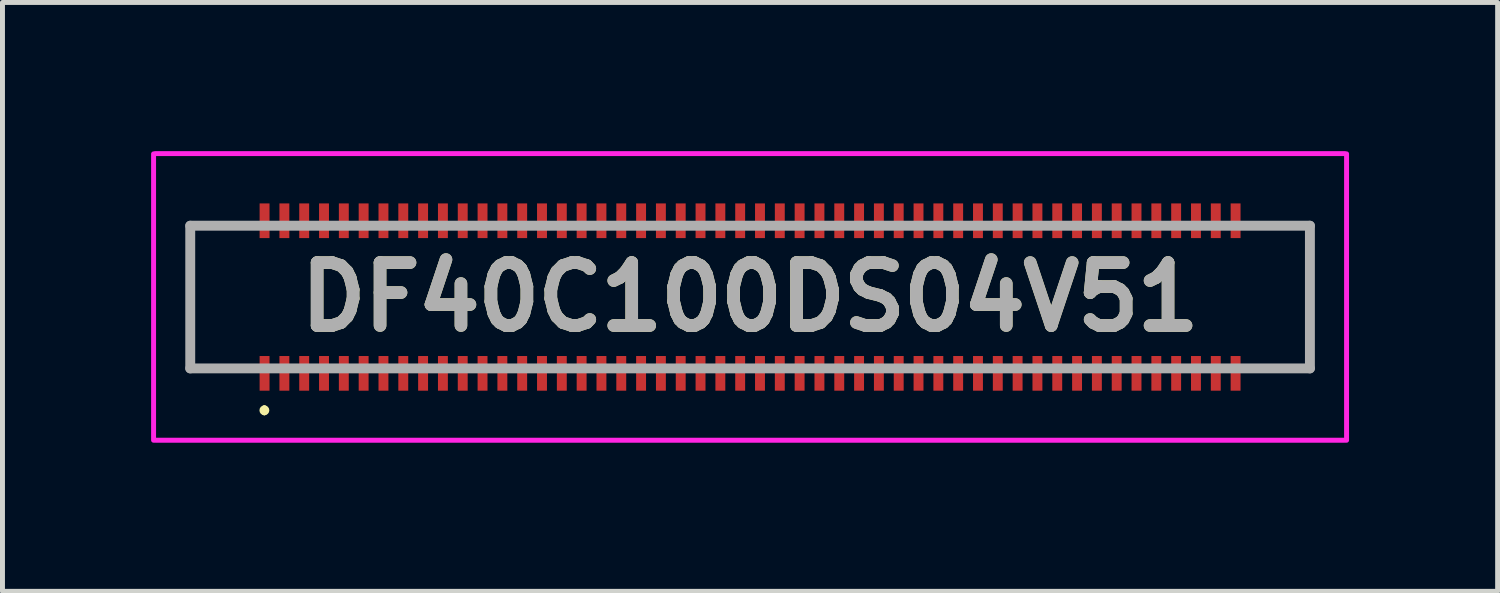
<source format=kicad_pcb>
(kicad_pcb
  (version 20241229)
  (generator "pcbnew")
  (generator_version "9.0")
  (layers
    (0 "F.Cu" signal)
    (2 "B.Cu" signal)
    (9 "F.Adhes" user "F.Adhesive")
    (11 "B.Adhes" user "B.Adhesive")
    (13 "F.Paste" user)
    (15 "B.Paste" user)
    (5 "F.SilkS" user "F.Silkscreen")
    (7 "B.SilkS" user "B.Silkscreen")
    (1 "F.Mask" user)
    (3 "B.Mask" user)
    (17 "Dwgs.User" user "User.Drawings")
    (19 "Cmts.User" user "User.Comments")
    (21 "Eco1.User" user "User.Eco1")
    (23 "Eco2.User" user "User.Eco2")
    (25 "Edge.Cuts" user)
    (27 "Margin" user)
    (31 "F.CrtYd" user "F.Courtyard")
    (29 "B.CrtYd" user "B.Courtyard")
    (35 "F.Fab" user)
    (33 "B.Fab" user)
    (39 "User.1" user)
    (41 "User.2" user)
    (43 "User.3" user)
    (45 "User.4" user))
  (footprint "DF40C100DS04V51"
    (layer "F.Cu")
    (at 12.09 2.946)
    (property "Reference" "DF40C100DS04V51" (at 0 0 0) (layer "F.SilkS") (effects (font (size 1.27 1.27) (thickness 0.254))))
    (attr smd)
    (fp_line (start -11.3 -1.44) (end -11.3 1.44) (stroke (width 0.1) (type solid)) (layer "F.SilkS"))
    (fp_line (start -11.3 1.44) (end -10.5 1.44) (stroke (width 0.1) (type solid)) (layer "F.SilkS"))
    (fp_line (start -10.5 -1.44) (end -11.3 -1.44) (stroke (width 0.1) (type solid)) (layer "F.SilkS"))
    (fp_line (start -9.804 2.236) (end -9.804 2.236) (stroke (width 0.1) (type solid)) (layer "F.SilkS"))
    (fp_line (start -9.804 2.336) (end -9.804 2.336) (stroke (width 0.1) (type solid)) (layer "F.SilkS"))
    (fp_line (start 10.5 -1.44) (end 11.3 -1.44) (stroke (width 0.1) (type solid)) (layer "F.SilkS"))
    (fp_line (start 11.3 -1.44) (end 11.3 1.44) (stroke (width 0.1) (type solid)) (layer "F.SilkS"))
    (fp_line (start 11.3 1.44) (end 10.5 1.44) (stroke (width 0.1) (type solid)) (layer "F.SilkS"))
    (fp_arc (start -9.8036 2.236) (mid -9.7536 2.286) (end -9.8036 2.336) (stroke (width 0.1) (type solid)) (layer "F.SilkS"))
    (fp_arc (start -9.8036 2.336) (mid -9.8536 2.286) (end -9.8036 2.236) (stroke (width 0.1) (type solid)) (layer "F.SilkS"))
    (fp_line (start -12.04 2.89) (end -12.04 -2.89) (stroke (width 0.1) (type solid)) (layer "F.CrtYd"))
    (fp_line (start -12 -2.896) (end 12 -2.896) (stroke (width 0.1) (type solid)) (layer "F.CrtYd"))
    (fp_line (start 12 2.89) (end -12 2.89) (stroke (width 0.1) (type solid)) (layer "F.CrtYd"))
    (fp_line (start 12.04 -2.89) (end 12.04 2.89) (stroke (width 0.1) (type solid)) (layer "F.CrtYd"))
    (fp_line (start -11.3 -1.44) (end 11.3 -1.44) (stroke (width 0.2) (type solid)) (layer "F.Fab"))
    (fp_line (start -11.3 1.44) (end -11.3 -1.44) (stroke (width 0.2) (type solid)) (layer "F.Fab"))
    (fp_line (start 11.3 -1.44) (end 11.3 1.44) (stroke (width 0.2) (type solid)) (layer "F.Fab"))
    (fp_line (start 11.3 1.44) (end -11.3 1.44) (stroke (width 0.2) (type solid)) (layer "F.Fab"))
    (fp_text user "${REFERENCE}" (at 0 0 0) (layer "F.Fab") (effects (font (size 1.27 1.27) (thickness 0.254))))
    (pad "1" smd rect (at -9.8 1.54) (size 0.2 0.7) (layers "F.Cu" "F.Mask" "F.Paste"))
    (pad "2" smd rect (at -9.8 -1.54) (size 0.2 0.7) (layers "F.Cu" "F.Mask" "F.Paste"))
    (pad "3" smd rect (at -9.4 1.54) (size 0.2 0.7) (layers "F.Cu" "F.Mask" "F.Paste"))
    (pad "4" smd rect (at -9.4 -1.54) (size 0.2 0.7) (layers "F.Cu" "F.Mask" "F.Paste"))
    (pad "5" smd rect (at -9 1.54) (size 0.2 0.7) (layers "F.Cu" "F.Mask" "F.Paste"))
    (pad "6" smd rect (at -9 -1.54) (size 0.2 0.7) (layers "F.Cu" "F.Mask" "F.Paste"))
    (pad "7" smd rect (at -8.6 1.54) (size 0.2 0.7) (layers "F.Cu" "F.Mask" "F.Paste"))
    (pad "8" smd rect (at -8.6 -1.54) (size 0.2 0.7) (layers "F.Cu" "F.Mask" "F.Paste"))
    (pad "9" smd rect (at -8.2 1.54) (size 0.2 0.7) (layers "F.Cu" "F.Mask" "F.Paste"))
    (pad "10" smd rect (at -8.2 -1.54) (size 0.2 0.7) (layers "F.Cu" "F.Mask" "F.Paste"))
    (pad "11" smd rect (at -7.8 1.54) (size 0.2 0.7) (layers "F.Cu" "F.Mask" "F.Paste"))
    (pad "12" smd rect (at -7.8 -1.54) (size 0.2 0.7) (layers "F.Cu" "F.Mask" "F.Paste"))
    (pad "13" smd rect (at -7.4 1.54) (size 0.2 0.7) (layers "F.Cu" "F.Mask" "F.Paste"))
    (pad "14" smd rect (at -7.4 -1.54) (size 0.2 0.7) (layers "F.Cu" "F.Mask" "F.Paste"))
    (pad "15" smd rect (at -7 1.54) (size 0.2 0.7) (layers "F.Cu" "F.Mask" "F.Paste"))
    (pad "16" smd rect (at -7 -1.54) (size 0.2 0.7) (layers "F.Cu" "F.Mask" "F.Paste"))
    (pad "17" smd rect (at -6.6 1.54) (size 0.2 0.7) (layers "F.Cu" "F.Mask" "F.Paste"))
    (pad "18" smd rect (at -6.6 -1.54) (size 0.2 0.7) (layers "F.Cu" "F.Mask" "F.Paste"))
    (pad "19" smd rect (at -6.2 1.54) (size 0.2 0.7) (layers "F.Cu" "F.Mask" "F.Paste"))
    (pad "20" smd rect (at -6.2 -1.54) (size 0.2 0.7) (layers "F.Cu" "F.Mask" "F.Paste"))
    (pad "21" smd rect (at -5.8 1.54) (size 0.2 0.7) (layers "F.Cu" "F.Mask" "F.Paste"))
    (pad "22" smd rect (at -5.8 -1.54) (size 0.2 0.7) (layers "F.Cu" "F.Mask" "F.Paste"))
    (pad "23" smd rect (at -5.4 1.54) (size 0.2 0.7) (layers "F.Cu" "F.Mask" "F.Paste"))
    (pad "24" smd rect (at -5.4 -1.54) (size 0.2 0.7) (layers "F.Cu" "F.Mask" "F.Paste"))
    (pad "25" smd rect (at -5 1.54) (size 0.2 0.7) (layers "F.Cu" "F.Mask" "F.Paste"))
    (pad "26" smd rect (at -5 -1.54) (size 0.2 0.7) (layers "F.Cu" "F.Mask" "F.Paste"))
    (pad "27" smd rect (at -4.6 1.54) (size 0.2 0.7) (layers "F.Cu" "F.Mask" "F.Paste"))
    (pad "28" smd rect (at -4.6 -1.54) (size 0.2 0.7) (layers "F.Cu" "F.Mask" "F.Paste"))
    (pad "29" smd rect (at -4.2 1.54) (size 0.2 0.7) (layers "F.Cu" "F.Mask" "F.Paste"))
    (pad "30" smd rect (at -4.2 -1.54) (size 0.2 0.7) (layers "F.Cu" "F.Mask" "F.Paste"))
    (pad "31" smd rect (at -3.8 1.54) (size 0.2 0.7) (layers "F.Cu" "F.Mask" "F.Paste"))
    (pad "32" smd rect (at -3.8 -1.54) (size 0.2 0.7) (layers "F.Cu" "F.Mask" "F.Paste"))
    (pad "33" smd rect (at -3.4 1.54) (size 0.2 0.7) (layers "F.Cu" "F.Mask" "F.Paste"))
    (pad "34" smd rect (at -3.4 -1.54) (size 0.2 0.7) (layers "F.Cu" "F.Mask" "F.Paste"))
    (pad "35" smd rect (at -3 1.54) (size 0.2 0.7) (layers "F.Cu" "F.Mask" "F.Paste"))
    (pad "36" smd rect (at -3 -1.54) (size 0.2 0.7) (layers "F.Cu" "F.Mask" "F.Paste"))
    (pad "37" smd rect (at -2.6 1.54) (size 0.2 0.7) (layers "F.Cu" "F.Mask" "F.Paste"))
    (pad "38" smd rect (at -2.6 -1.54) (size 0.2 0.7) (layers "F.Cu" "F.Mask" "F.Paste"))
    (pad "39" smd rect (at -2.2 1.54) (size 0.2 0.7) (layers "F.Cu" "F.Mask" "F.Paste"))
    (pad "40" smd rect (at -2.2 -1.54) (size 0.2 0.7) (layers "F.Cu" "F.Mask" "F.Paste"))
    (pad "41" smd rect (at -1.8 1.54) (size 0.2 0.7) (layers "F.Cu" "F.Mask" "F.Paste"))
    (pad "42" smd rect (at -1.8 -1.54) (size 0.2 0.7) (layers "F.Cu" "F.Mask" "F.Paste"))
    (pad "43" smd rect (at -1.4 1.54) (size 0.2 0.7) (layers "F.Cu" "F.Mask" "F.Paste"))
    (pad "44" smd rect (at -1.4 -1.54) (size 0.2 0.7) (layers "F.Cu" "F.Mask" "F.Paste"))
    (pad "45" smd rect (at -1 1.54) (size 0.2 0.7) (layers "F.Cu" "F.Mask" "F.Paste"))
    (pad "46" smd rect (at -1 -1.54) (size 0.2 0.7) (layers "F.Cu" "F.Mask" "F.Paste"))
    (pad "47" smd rect (at -0.6 1.54) (size 0.2 0.7) (layers "F.Cu" "F.Mask" "F.Paste"))
    (pad "48" smd rect (at -0.6 -1.54) (size 0.2 0.7) (layers "F.Cu" "F.Mask" "F.Paste"))
    (pad "49" smd rect (at -0.2 1.54) (size 0.2 0.7) (layers "F.Cu" "F.Mask" "F.Paste"))
    (pad "50" smd rect (at -0.2 -1.54) (size 0.2 0.7) (layers "F.Cu" "F.Mask" "F.Paste"))
    (pad "51" smd rect (at 0.2 1.54) (size 0.2 0.7) (layers "F.Cu" "F.Mask" "F.Paste"))
    (pad "52" smd rect (at 0.2 -1.54) (size 0.2 0.7) (layers "F.Cu" "F.Mask" "F.Paste"))
    (pad "53" smd rect (at 0.6 1.54) (size 0.2 0.7) (layers "F.Cu" "F.Mask" "F.Paste"))
    (pad "54" smd rect (at 0.6 -1.54) (size 0.2 0.7) (layers "F.Cu" "F.Mask" "F.Paste"))
    (pad "55" smd rect (at 1 1.54) (size 0.2 0.7) (layers "F.Cu" "F.Mask" "F.Paste"))
    (pad "56" smd rect (at 1 -1.54) (size 0.2 0.7) (layers "F.Cu" "F.Mask" "F.Paste"))
    (pad "57" smd rect (at 1.4 1.54) (size 0.2 0.7) (layers "F.Cu" "F.Mask" "F.Paste"))
    (pad "58" smd rect (at 1.4 -1.54) (size 0.2 0.7) (layers "F.Cu" "F.Mask" "F.Paste"))
    (pad "59" smd rect (at 1.8 1.54) (size 0.2 0.7) (layers "F.Cu" "F.Mask" "F.Paste"))
    (pad "60" smd rect (at 1.8 -1.54) (size 0.2 0.7) (layers "F.Cu" "F.Mask" "F.Paste"))
    (pad "61" smd rect (at 2.2 1.54) (size 0.2 0.7) (layers "F.Cu" "F.Mask" "F.Paste"))
    (pad "62" smd rect (at 2.2 -1.54) (size 0.2 0.7) (layers "F.Cu" "F.Mask" "F.Paste"))
    (pad "63" smd rect (at 2.6 1.54) (size 0.2 0.7) (layers "F.Cu" "F.Mask" "F.Paste"))
    (pad "64" smd rect (at 2.6 -1.54) (size 0.2 0.7) (layers "F.Cu" "F.Mask" "F.Paste"))
    (pad "65" smd rect (at 3 1.54) (size 0.2 0.7) (layers "F.Cu" "F.Mask" "F.Paste"))
    (pad "66" smd rect (at 3 -1.54) (size 0.2 0.7) (layers "F.Cu" "F.Mask" "F.Paste"))
    (pad "67" smd rect (at 3.4 1.54) (size 0.2 0.7) (layers "F.Cu" "F.Mask" "F.Paste"))
    (pad "68" smd rect (at 3.4 -1.54) (size 0.2 0.7) (layers "F.Cu" "F.Mask" "F.Paste"))
    (pad "69" smd rect (at 3.8 1.54) (size 0.2 0.7) (layers "F.Cu" "F.Mask" "F.Paste"))
    (pad "70" smd rect (at 3.8 -1.54) (size 0.2 0.7) (layers "F.Cu" "F.Mask" "F.Paste"))
    (pad "71" smd rect (at 4.2 1.54) (size 0.2 0.7) (layers "F.Cu" "F.Mask" "F.Paste"))
    (pad "72" smd rect (at 4.2 -1.54) (size 0.2 0.7) (layers "F.Cu" "F.Mask" "F.Paste"))
    (pad "73" smd rect (at 4.6 1.54) (size 0.2 0.7) (layers "F.Cu" "F.Mask" "F.Paste"))
    (pad "74" smd rect (at 4.6 -1.54) (size 0.2 0.7) (layers "F.Cu" "F.Mask" "F.Paste"))
    (pad "75" smd rect (at 5 1.54) (size 0.2 0.7) (layers "F.Cu" "F.Mask" "F.Paste"))
    (pad "76" smd rect (at 5 -1.54) (size 0.2 0.7) (layers "F.Cu" "F.Mask" "F.Paste"))
    (pad "77" smd rect (at 5.4 1.54) (size 0.2 0.7) (layers "F.Cu" "F.Mask" "F.Paste"))
    (pad "78" smd rect (at 5.4 -1.54) (size 0.2 0.7) (layers "F.Cu" "F.Mask" "F.Paste"))
    (pad "79" smd rect (at 5.8 1.54) (size 0.2 0.7) (layers "F.Cu" "F.Mask" "F.Paste"))
    (pad "80" smd rect (at 5.8 -1.54) (size 0.2 0.7) (layers "F.Cu" "F.Mask" "F.Paste"))
    (pad "81" smd rect (at 6.2 1.54) (size 0.2 0.7) (layers "F.Cu" "F.Mask" "F.Paste"))
    (pad "82" smd rect (at 6.2 -1.54) (size 0.2 0.7) (layers "F.Cu" "F.Mask" "F.Paste"))
    (pad "83" smd rect (at 6.6 1.54) (size 0.2 0.7) (layers "F.Cu" "F.Mask" "F.Paste"))
    (pad "84" smd rect (at 6.6 -1.54) (size 0.2 0.7) (layers "F.Cu" "F.Mask" "F.Paste"))
    (pad "85" smd rect (at 7 1.54) (size 0.2 0.7) (layers "F.Cu" "F.Mask" "F.Paste"))
    (pad "86" smd rect (at 7 -1.54) (size 0.2 0.7) (layers "F.Cu" "F.Mask" "F.Paste"))
    (pad "87" smd rect (at 7.4 1.54) (size 0.2 0.7) (layers "F.Cu" "F.Mask" "F.Paste"))
    (pad "88" smd rect (at 7.4 -1.54) (size 0.2 0.7) (layers "F.Cu" "F.Mask" "F.Paste"))
    (pad "89" smd rect (at 7.8 1.54) (size 0.2 0.7) (layers "F.Cu" "F.Mask" "F.Paste"))
    (pad "90" smd rect (at 7.8 -1.54) (size 0.2 0.7) (layers "F.Cu" "F.Mask" "F.Paste"))
    (pad "91" smd rect (at 8.2 1.54) (size 0.2 0.7) (layers "F.Cu" "F.Mask" "F.Paste"))
    (pad "92" smd rect (at 8.2 -1.54) (size 0.2 0.7) (layers "F.Cu" "F.Mask" "F.Paste"))
    (pad "93" smd rect (at 8.6 1.54) (size 0.2 0.7) (layers "F.Cu" "F.Mask" "F.Paste"))
    (pad "94" smd rect (at 8.6 -1.54) (size 0.2 0.7) (layers "F.Cu" "F.Mask" "F.Paste"))
    (pad "95" smd rect (at 9 1.54) (size 0.2 0.7) (layers "F.Cu" "F.Mask" "F.Paste"))
    (pad "96" smd rect (at 9 -1.54) (size 0.2 0.7) (layers "F.Cu" "F.Mask" "F.Paste"))
    (pad "97" smd rect (at 9.4 1.54) (size 0.2 0.7) (layers "F.Cu" "F.Mask" "F.Paste"))
    (pad "98" smd rect (at 9.4 -1.54) (size 0.2 0.7) (layers "F.Cu" "F.Mask" "F.Paste"))
    (pad "99" smd rect (at 9.8 1.54) (size 0.2 0.7) (layers "F.Cu" "F.Mask" "F.Paste"))
    (pad "100" smd rect (at 9.8 -1.54) (size 0.2 0.7) (layers "F.Cu" "F.Mask" "F.Paste")))
  (gr_rect
    (start -3 -3)
    (end 27.179 8.886)
    (stroke (width 0.1) (type default))
    (fill no)
    (layer "Edge.Cuts")))
</source>
